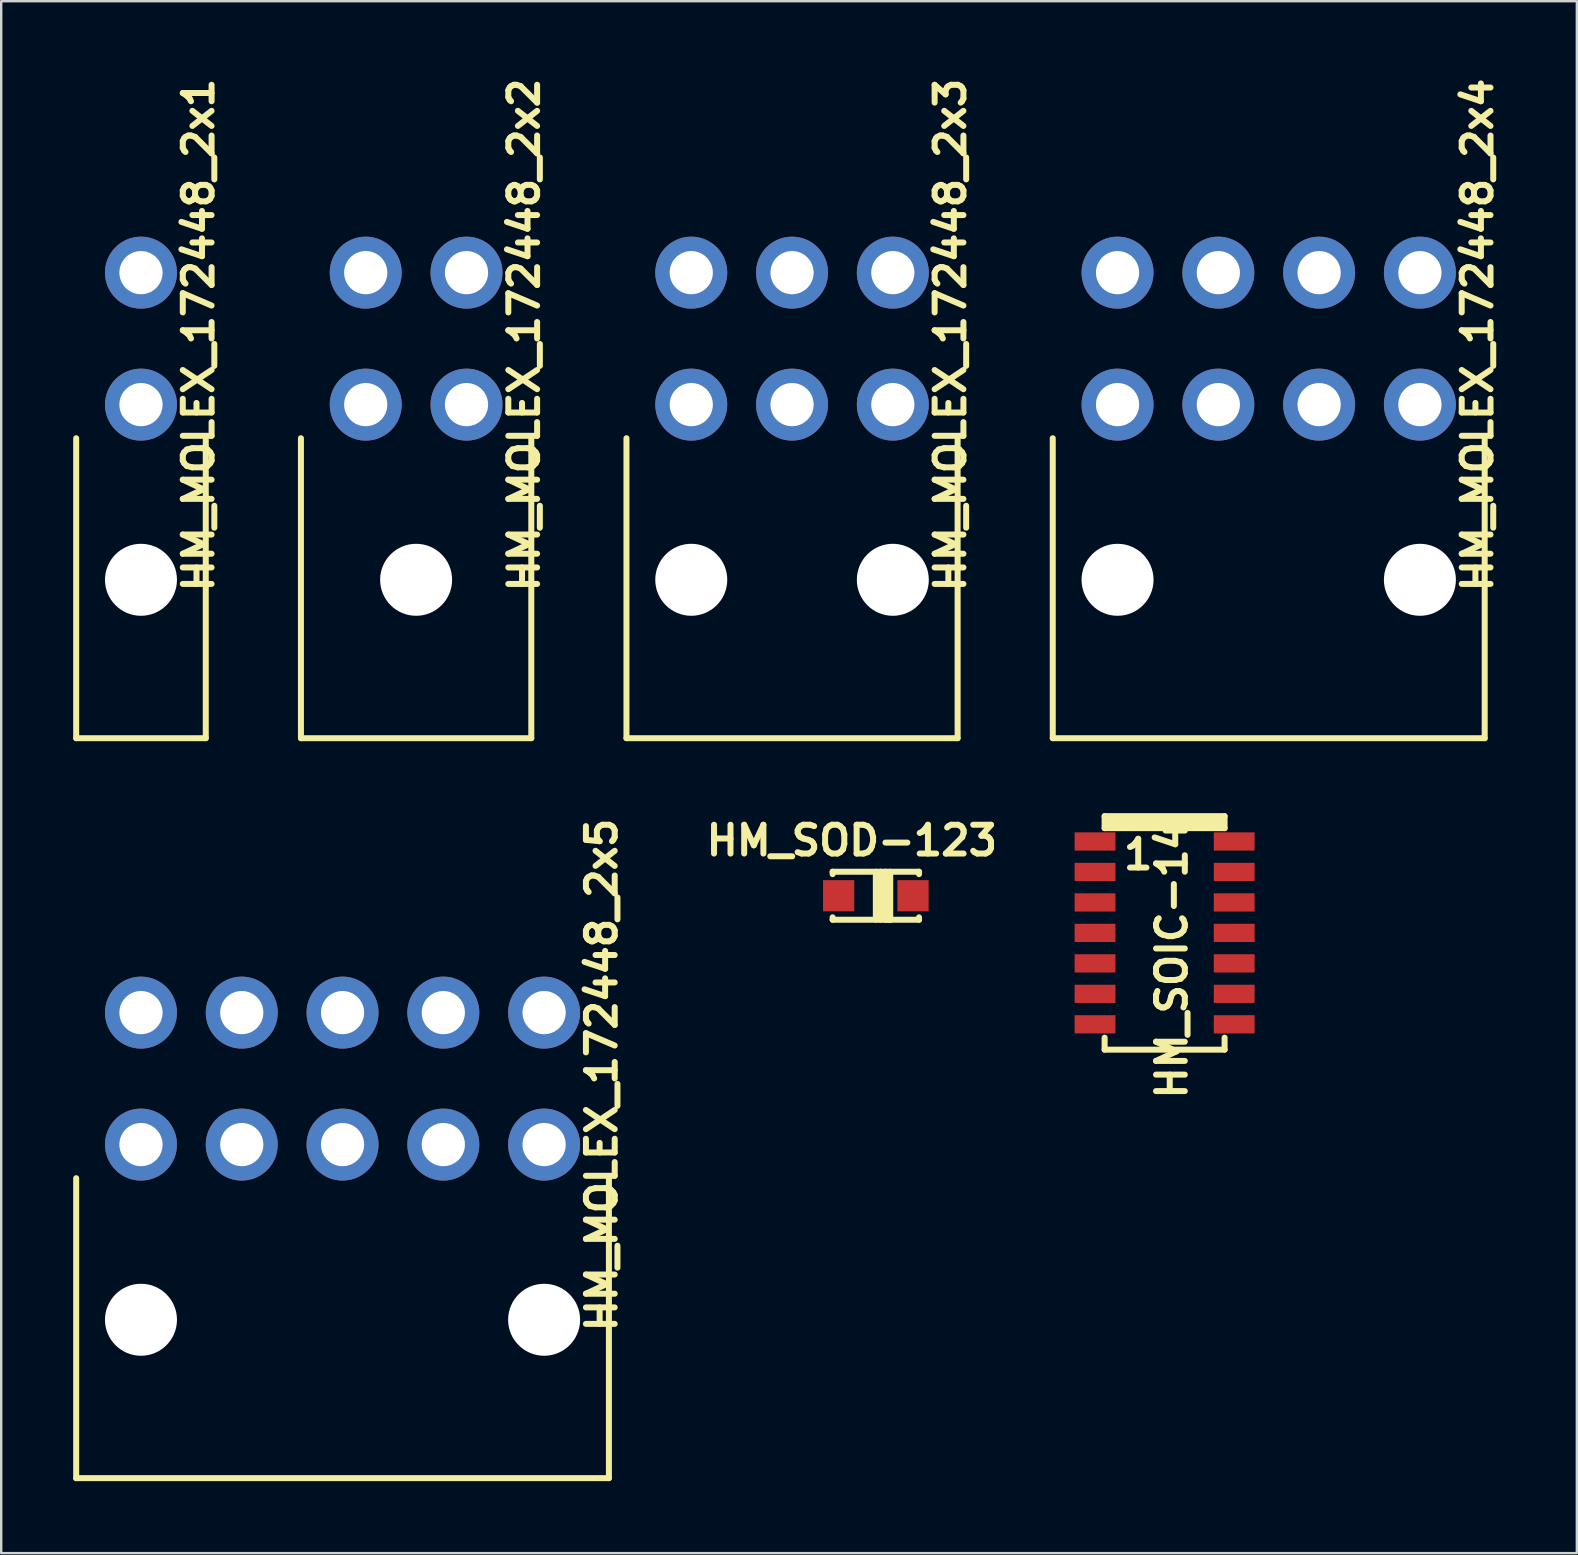
<source format=kicad_pcb>
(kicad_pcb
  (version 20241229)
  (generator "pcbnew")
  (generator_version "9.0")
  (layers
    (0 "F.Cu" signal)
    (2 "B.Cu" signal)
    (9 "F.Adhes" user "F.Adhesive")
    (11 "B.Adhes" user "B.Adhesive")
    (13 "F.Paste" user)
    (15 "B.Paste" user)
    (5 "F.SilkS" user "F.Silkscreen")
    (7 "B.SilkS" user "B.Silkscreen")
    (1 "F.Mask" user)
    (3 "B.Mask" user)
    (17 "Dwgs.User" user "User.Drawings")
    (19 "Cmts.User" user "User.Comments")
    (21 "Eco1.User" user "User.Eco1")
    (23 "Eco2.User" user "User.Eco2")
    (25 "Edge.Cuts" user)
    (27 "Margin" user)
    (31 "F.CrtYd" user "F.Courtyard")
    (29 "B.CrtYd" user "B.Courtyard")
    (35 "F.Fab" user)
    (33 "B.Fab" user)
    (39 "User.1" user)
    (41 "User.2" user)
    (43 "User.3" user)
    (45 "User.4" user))
  (footprint "HM_MOLEX_172448_2x3"
    (layer "F.Cu")
    (at 34.157 8.312)
    (property "Reference" "HM_MOLEX_172448_2x3" (at 2.4 2.6 90) (layer "F.SilkS") (effects (font (size 1.2 1.2) (thickness 0.25))))
    (attr through_hole)
    (fp_line (start -11.1 19.4) (end -11.1 6.9) (stroke (width 0.25) (type solid)) (layer "F.SilkS"))
    (fp_line (start 2.7 19.4) (end -11.1 19.4) (stroke (width 0.25) (type solid)) (layer "F.SilkS"))
    (fp_line (start 2.7 19.4) (end 2.7 6.9) (stroke (width 0.25) (type solid)) (layer "F.SilkS"))
    (pad "" np_thru_hole circle (at -8.4 12.8 180) (size 3 3) (drill 3) (layers "*.Cu" "*.Mask"))
    (pad "" np_thru_hole circle (at 0 12.8 180) (size 3 3) (drill 3) (layers "*.Cu" "*.Mask"))
    (pad "1" thru_hole circle (at 0 5.5 180) (size 3 3) (drill 1.8) (layers "*.Cu" "*.Mask"))
    (pad "2" thru_hole circle (at -4.2 5.5 180) (size 3 3) (drill 1.8) (layers "*.Cu" "*.Mask"))
    (pad "3" thru_hole circle (at -8.4 5.5 180) (size 3 3) (drill 1.8) (layers "*.Cu" "*.Mask"))
    (pad "4" thru_hole circle (at 0 0 180) (size 3 3) (drill 1.8) (layers "*.Cu" "*.Mask"))
    (pad "5" thru_hole circle (at -4.2 0 180) (size 3 3) (drill 1.8) (layers "*.Cu" "*.Mask"))
    (pad "6" thru_hole circle (at -8.4 0 180) (size 3 3) (drill 1.8) (layers "*.Cu" "*.Mask")))
  (footprint "HM_MOLEX_172448_2x2"
    (layer "F.Cu")
    (at 16.391 8.312)
    (property "Reference" "HM_MOLEX_172448_2x2" (at 2.4 2.6 90) (layer "F.SilkS") (effects (font (size 1.2 1.2) (thickness 0.25))))
    (attr through_hole)
    (fp_line (start -6.9 19.4) (end -6.9 6.9) (stroke (width 0.25) (type solid)) (layer "F.SilkS"))
    (fp_line (start 2.7 19.4) (end -6.9 19.4) (stroke (width 0.25) (type solid)) (layer "F.SilkS"))
    (fp_line (start 2.7 19.4) (end 2.7 6.9) (stroke (width 0.25) (type solid)) (layer "F.SilkS"))
    (pad "" np_thru_hole circle (at -2.1 12.8 180) (size 3 3) (drill 3) (layers "*.Cu" "*.Mask"))
    (pad "1" thru_hole circle (at 0 5.5 180) (size 3 3) (drill 1.8) (layers "*.Cu" "*.Mask"))
    (pad "2" thru_hole circle (at -4.2 5.5 180) (size 3 3) (drill 1.8) (layers "*.Cu" "*.Mask"))
    (pad "3" thru_hole circle (at 0 0 180) (size 3 3) (drill 1.8) (layers "*.Cu" "*.Mask"))
    (pad "4" thru_hole circle (at -4.2 0 180) (size 3 3) (drill 1.8) (layers "*.Cu" "*.Mask")))
  (footprint "HM_MOLEX_172448_2x5"
    (layer "F.Cu")
    (at 19.625 39.149)
    (property "Reference" "HM_MOLEX_172448_2x5" (at 2.4 2.6 90) (layer "F.SilkS") (effects (font (size 1.2 1.2) (thickness 0.25))))
    (attr through_hole)
    (fp_line (start -19.5 19.4) (end -19.5 6.9) (stroke (width 0.25) (type solid)) (layer "F.SilkS"))
    (fp_line (start 2.7 19.4) (end -19.5 19.4) (stroke (width 0.25) (type solid)) (layer "F.SilkS"))
    (fp_line (start 2.7 19.4) (end 2.7 6.9) (stroke (width 0.25) (type solid)) (layer "F.SilkS"))
    (pad "" np_thru_hole circle (at -16.8 12.8 180) (size 3 3) (drill 3) (layers "*.Cu" "*.Mask"))
    (pad "" np_thru_hole circle (at 0 12.8 180) (size 3 3) (drill 3) (layers "*.Cu" "*.Mask"))
    (pad "1" thru_hole circle (at 0 5.5 180) (size 3 3) (drill 1.8) (layers "*.Cu" "*.Mask"))
    (pad "2" thru_hole circle (at -4.2 5.5 180) (size 3 3) (drill 1.8) (layers "*.Cu" "*.Mask"))
    (pad "3" thru_hole circle (at -8.4 5.5 180) (size 3 3) (drill 1.8) (layers "*.Cu" "*.Mask"))
    (pad "4" thru_hole circle (at -12.6 5.5 180) (size 3 3) (drill 1.8) (layers "*.Cu" "*.Mask"))
    (pad "5" thru_hole circle (at -16.8 5.5 180) (size 3 3) (drill 1.8) (layers "*.Cu" "*.Mask"))
    (pad "6" thru_hole circle (at 0 0 180) (size 3 3) (drill 1.8) (layers "*.Cu" "*.Mask"))
    (pad "7" thru_hole circle (at -4.2 0 180) (size 3 3) (drill 1.8) (layers "*.Cu" "*.Mask"))
    (pad "8" thru_hole circle (at -8.4 0 180) (size 3 3) (drill 1.8) (layers "*.Cu" "*.Mask"))
    (pad "9" thru_hole circle (at -12.6 0 180) (size 3 3) (drill 1.8) (layers "*.Cu" "*.Mask"))
    (pad "10" thru_hole circle (at -16.8 0 180) (size 3 3) (drill 1.8) (layers "*.Cu" "*.Mask")))
  (footprint "HM_SOD-123"
    (layer "F.Cu")
    (at 33.449 34.278)
    (property "Reference" "HM_SOD-123" (at -1 -2.3 0) (layer "F.SilkS") (effects (font (size 1.2 1.2) (thickness 0.25))))
    (attr smd)
    (fp_line (start -1.8 -1) (end -1.8 -0.9) (stroke (width 0.25) (type solid)) (layer "F.SilkS"))
    (fp_line (start -1.8 -1) (end 1.8 -1) (stroke (width 0.25) (type solid)) (layer "F.SilkS"))
    (fp_line (start -1.8 1) (end -1.8 0.9) (stroke (width 0.25) (type solid)) (layer "F.SilkS"))
    (fp_line (start -1.8 1) (end 1.8 1) (stroke (width 0.25) (type solid)) (layer "F.SilkS"))
    (fp_line (start 0 1) (end 0 -1) (stroke (width 0.25) (type solid)) (layer "F.SilkS"))
    (fp_line (start 0.2 -1) (end 0.2 1) (stroke (width 0.25) (type solid)) (layer "F.SilkS"))
    (fp_line (start 0.4 1) (end 0.4 -1) (stroke (width 0.25) (type solid)) (layer "F.SilkS"))
    (fp_line (start 0.6 -1) (end 0.6 1) (stroke (width 0.25) (type solid)) (layer "F.SilkS"))
    (fp_line (start 0.6 1) (end 0.4 1) (stroke (width 0.25) (type solid)) (layer "F.SilkS"))
    (fp_line (start 1.8 -1) (end 1.8 -0.9) (stroke (width 0.25) (type solid)) (layer "F.SilkS"))
    (fp_line (start 1.8 1) (end 1.8 0.9) (stroke (width 0.25) (type solid)) (layer "F.SilkS"))
    (pad "A" smd rect (at -1.55 0) (size 1.3 1.3) (layers "F.Cu" "F.Mask" "F.Paste"))
    (pad "K" smd rect (at 1.55 0) (size 1.3 1.3) (layers "F.Cu" "F.Mask" "F.Paste")))
  (footprint "HM_MOLEX_172448_2x1"
    (layer "F.Cu")
    (at 2.825 8.312)
    (property "Reference" "HM_MOLEX_172448_2x1" (at 2.4 2.6 90) (layer "F.SilkS") (effects (font (size 1.2 1.2) (thickness 0.25))))
    (attr through_hole)
    (fp_line (start -2.7 19.4) (end -2.7 6.9) (stroke (width 0.25) (type solid)) (layer "F.SilkS"))
    (fp_line (start 2.7 19.4) (end -2.7 19.4) (stroke (width 0.25) (type solid)) (layer "F.SilkS"))
    (fp_line (start 2.7 19.4) (end 2.7 6.9) (stroke (width 0.25) (type solid)) (layer "F.SilkS"))
    (pad "" np_thru_hole circle (at 0 12.8 180) (size 3 3) (drill 3) (layers "*.Cu" "*.Mask"))
    (pad "1" thru_hole circle (at 0 5.5 180) (size 3 3) (drill 1.8) (layers "*.Cu" "*.Mask"))
    (pad "2" thru_hole circle (at 0 0 180) (size 3 3) (drill 1.8) (layers "*.Cu" "*.Mask")))
  (footprint "HM_SOIC-14"
    (layer "F.Cu")
    (at 45.483 36.462)
    (property "Reference" "HM_SOIC-14" (at 0.3 0.5 90) (layer "F.SilkS") (effects (font (size 1.2 1.2) (thickness 0.25))))
    (attr through_hole)
    (fp_line (start -2.5 -5.5) (end 2.5 -5.5) (stroke (width 0.25) (type solid)) (layer "F.SilkS"))
    (fp_line (start -2.5 -5) (end -2.5 -5.5) (stroke (width 0.25) (type solid)) (layer "F.SilkS"))
    (fp_line (start -2.5 3.73) (end -2.5 4.23) (stroke (width 0.25) (type solid)) (layer "F.SilkS"))
    (fp_line (start -2.5 4.23) (end 2.5 4.23) (stroke (width 0.25) (type solid)) (layer "F.SilkS"))
    (fp_line (start 2.5 -5.5) (end 2.5 -5) (stroke (width 0.25) (type solid)) (layer "F.SilkS"))
    (fp_line (start 2.5 -5) (end -2.5 -5) (stroke (width 0.25) (type solid)) (layer "F.SilkS"))
    (fp_line (start 2.5 4.23) (end 2.5 3.73) (stroke (width 0.25) (type solid)) (layer "F.SilkS"))
    (fp_poly (pts (xy 2.5 -5) (xy -2.5 -5) (xy -2.5 -5.5) (xy 2.5 -5.5)) (stroke (width 0.1) (type solid)) (fill yes) (layer "F.SilkS"))
    (fp_text user "1" (at -1.1 -3.9 180) (layer "F.SilkS") (effects (font (size 1.2 1.2) (thickness 0.25))))
    (pad "1" smd rect (at -2.9 -4.445 180) (size 1.7 0.76) (layers "F.Cu" "F.Mask" "F.Paste"))
    (pad "2" smd rect (at -2.9 -3.175 180) (size 1.7 0.76) (layers "F.Cu" "F.Mask" "F.Paste"))
    (pad "3" smd rect (at -2.9 -1.905 180) (size 1.7 0.76) (layers "F.Cu" "F.Mask" "F.Paste"))
    (pad "4" smd rect (at -2.9 -0.635 180) (size 1.7 0.76) (layers "F.Cu" "F.Mask" "F.Paste"))
    (pad "5" smd rect (at -2.9 0.635 180) (size 1.7 0.76) (layers "F.Cu" "F.Mask" "F.Paste"))
    (pad "6" smd rect (at -2.9 1.905 180) (size 1.7 0.76) (layers "F.Cu" "F.Mask" "F.Paste"))
    (pad "7" smd rect (at -2.9 3.175 180) (size 1.7 0.76) (layers "F.Cu" "F.Mask" "F.Paste"))
    (pad "8" smd rect (at 2.9 3.175 180) (size 1.7 0.76) (layers "F.Cu" "F.Mask" "F.Paste"))
    (pad "9" smd rect (at 2.9 1.905 180) (size 1.7 0.76) (layers "F.Cu" "F.Mask" "F.Paste"))
    (pad "10" smd rect (at 2.9 0.635 180) (size 1.7 0.76) (layers "F.Cu" "F.Mask" "F.Paste"))
    (pad "11" smd rect (at 2.9 -0.635 180) (size 1.7 0.76) (layers "F.Cu" "F.Mask" "F.Paste"))
    (pad "12" smd rect (at 2.9 -1.905 180) (size 1.7 0.76) (layers "F.Cu" "F.Mask" "F.Paste"))
    (pad "13" smd rect (at 2.9 -3.175 180) (size 1.7 0.76) (layers "F.Cu" "F.Mask" "F.Paste"))
    (pad "14" smd rect (at 2.9 -4.445 180) (size 1.7 0.76) (layers "F.Cu" "F.Mask" "F.Paste")))
  (footprint "HM_MOLEX_172448_2x4"
    (layer "F.Cu")
    (at 56.122 8.312)
    (property "Reference" "HM_MOLEX_172448_2x4" (at 2.4 2.6 90) (layer "F.SilkS") (effects (font (size 1.2 1.2) (thickness 0.25))))
    (attr through_hole)
    (fp_line (start -15.3 19.4) (end -15.3 6.9) (stroke (width 0.25) (type solid)) (layer "F.SilkS"))
    (fp_line (start 2.7 19.4) (end -15.3 19.4) (stroke (width 0.25) (type solid)) (layer "F.SilkS"))
    (fp_line (start 2.7 19.4) (end 2.7 6.9) (stroke (width 0.25) (type solid)) (layer "F.SilkS"))
    (pad "" np_thru_hole circle (at -12.6 12.8 180) (size 3 3) (drill 3) (layers "*.Cu" "*.Mask"))
    (pad "" np_thru_hole circle (at 0 12.8 180) (size 3 3) (drill 3) (layers "*.Cu" "*.Mask"))
    (pad "1" thru_hole circle (at 0 5.5 180) (size 3 3) (drill 1.8) (layers "*.Cu" "*.Mask"))
    (pad "2" thru_hole circle (at -4.2 5.5 180) (size 3 3) (drill 1.8) (layers "*.Cu" "*.Mask"))
    (pad "3" thru_hole circle (at -8.4 5.5 180) (size 3 3) (drill 1.8) (layers "*.Cu" "*.Mask"))
    (pad "4" thru_hole circle (at -12.6 5.5 180) (size 3 3) (drill 1.8) (layers "*.Cu" "*.Mask"))
    (pad "5" thru_hole circle (at 0 0 180) (size 3 3) (drill 1.8) (layers "*.Cu" "*.Mask"))
    (pad "6" thru_hole circle (at -4.2 0 180) (size 3 3) (drill 1.8) (layers "*.Cu" "*.Mask"))
    (pad "7" thru_hole circle (at -8.4 0 180) (size 3 3) (drill 1.8) (layers "*.Cu" "*.Mask"))
    (pad "8" thru_hole circle (at -12.6 0 180) (size 3 3) (drill 1.8) (layers "*.Cu" "*.Mask")))
  (gr_rect
    (start -3 -3)
    (end 62.663 61.674)
    (stroke (width 0.1) (type default))
    (fill no)
    (layer "Edge.Cuts")))
</source>
